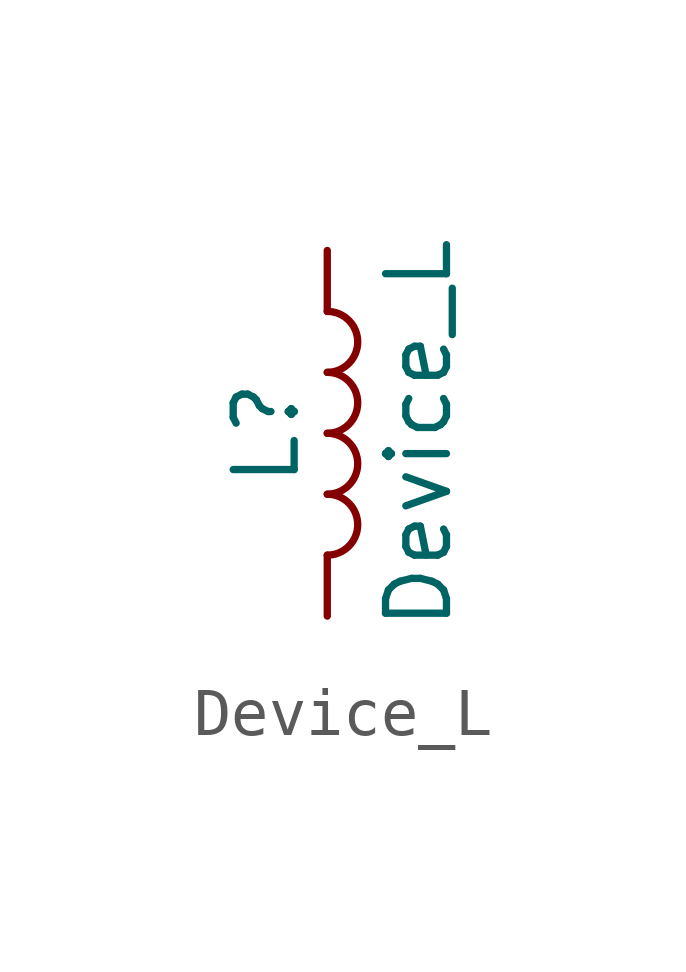
<source format=kicad_sym>
(kicad_symbol_lib
  (version 20211014)
  (generator kicad_symbol_editor)
  (symbol "Device_L"
    (pin_numbers hide)
    (pin_names
      (offset 1.016) hide)
    (property "Reference" "L"
      (at -1.27 0 90)
      (effects (font (size 1.27 1.27))))
    (property "Value" "Device_L"
      (at 1.905 0 90)
      (effects (font (size 1.27 1.27))))
    (symbol "Device_L_0_1"
      (arc (start 0 -2.54) (mid 0.635 -1.905) (end 0 -1.27) (stroke (width 0) (type default) (color 0 0 0 0)) (fill (type none)))
      (arc (start 0 -1.27) (mid 0.635 -0.635) (end 0 0) (stroke (width 0) (type default) (color 0 0 0 0)) (fill (type none)))
      (arc (start 0 0) (mid 0.635 0.635) (end 0 1.27) (stroke (width 0) (type default) (color 0 0 0 0)) (fill (type none)))
      (arc (start 0 1.27) (mid 0.635 1.905) (end 0 2.54) (stroke (width 0) (type default) (color 0 0 0 0)) (fill (type none))))
    (symbol "Device_L_1_1"
      (pin passive line (at 0 3.81 270) (length 1.27) (name "1" (effects (font (size 1.27 1.27)))) (number "1" (effects (font (size 1.27 1.27)))))
      (pin passive line (at 0 -3.81 90) (length 1.27) (name "2" (effects (font (size 1.27 1.27)))) (number "2" (effects (font (size 1.27 1.27))))))))
</source>
